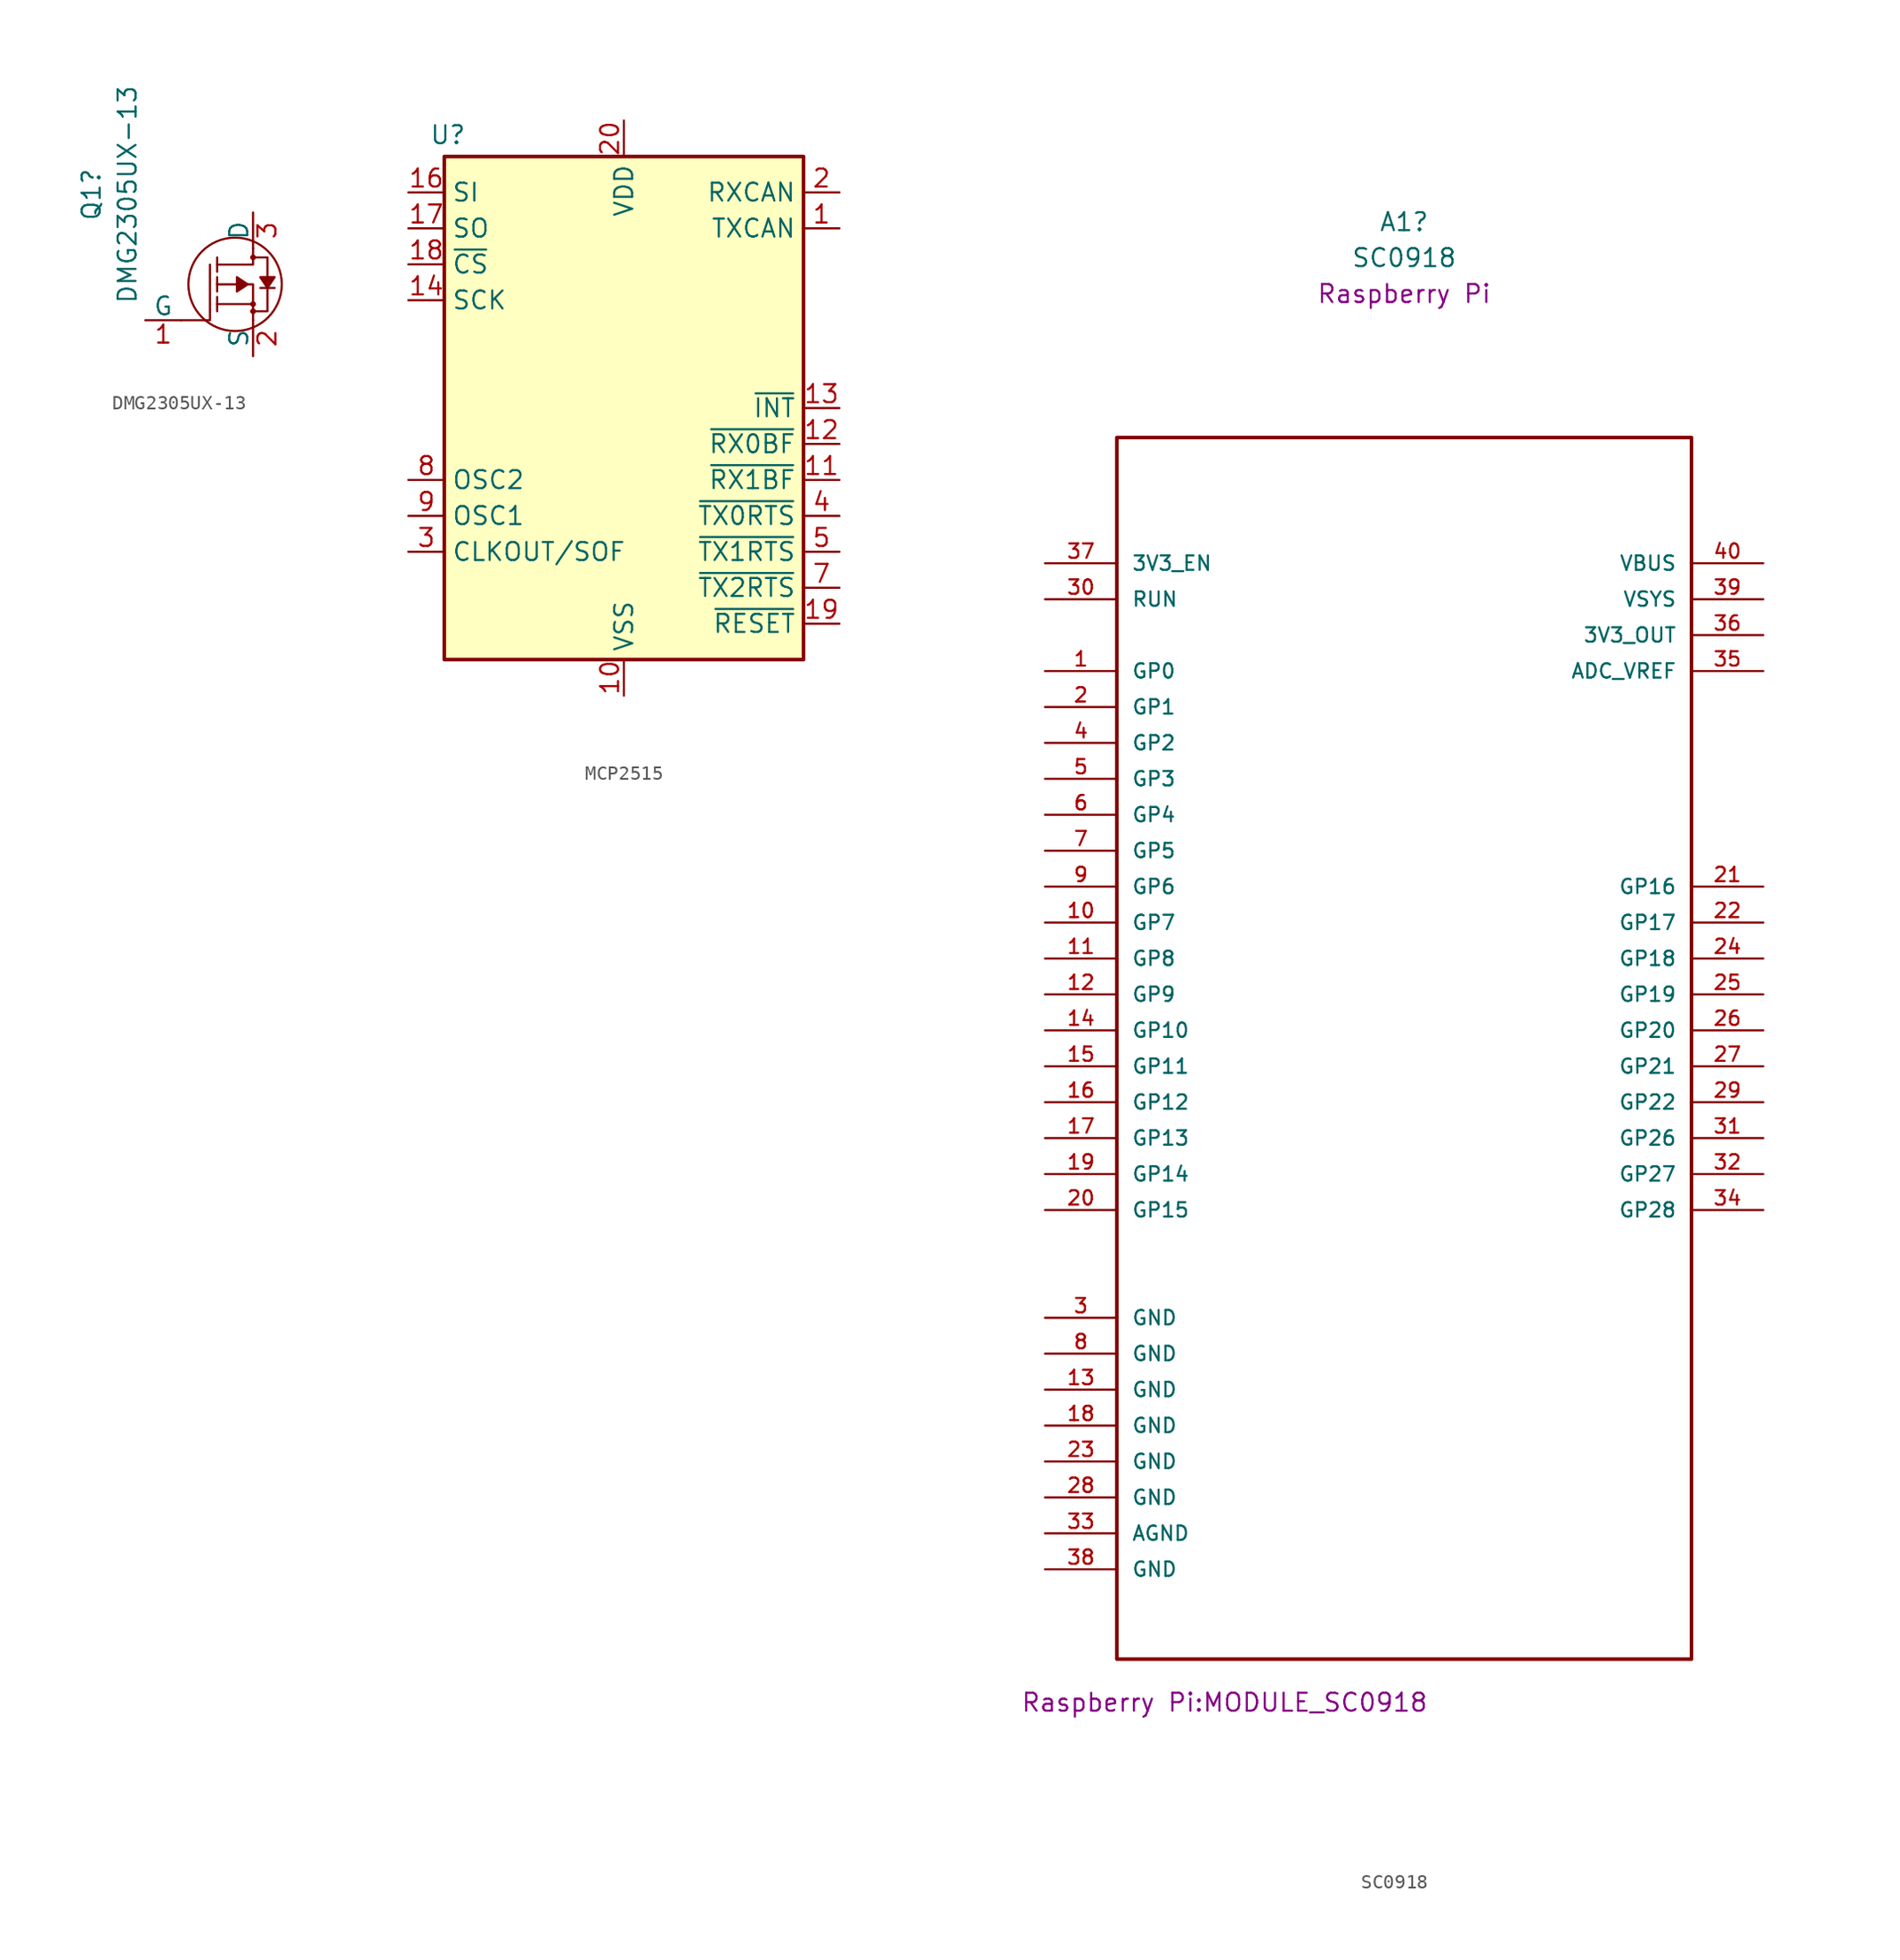
<source format=kicad_sym>
(kicad_symbol_lib
  (version 20231120)
  (generator "kicad_symbol_editor")
  (generator_version "8.0")
  (symbol "DMG2305UX-13"
    (pin_names
      (offset 0))
    (property "Reference" "Q1"
      (at -11.43 6.35 90)
      (effects (font (size 1.27 1.27))))
    (property "Value" "DMG2305UX-13"
      (at -8.89 6.35 90)
      (effects (font (size 1.27 1.27))))
    (symbol "DMG2305UX-13_0_1"
      (circle (center -1.27 0) (radius 3.302) (stroke (width 0) (type default)) (fill (type none)))
      (circle (center 0 -1.905) (radius 0.127) (stroke (width 0) (type default)) (fill (type none)))
      (circle (center 0 -1.397) (radius 0.127) (stroke (width 0) (type default)) (fill (type none)))
      (polyline (pts (xy 0 -1.397) (xy -2.54 -1.397)) (stroke (width 0) (type default)) (fill (type none)))
      (polyline (pts (xy -5.08 -2.54) (xy -3.048 -2.54) (xy -3.048 1.397)) (stroke (width 0) (type default)) (fill (type none)))
      (polyline (pts (xy 0 -2.54) (xy 0 0) (xy -2.54 0)) (stroke (width 0) (type default)) (fill (type none)))
      (polyline (pts (xy 0 2.54) (xy 0 1.397) (xy -2.54 1.397)) (stroke (width 0) (type default)) (fill (type none)))
      (polyline (pts (xy -0.127 -1.905) (xy 1.016 -1.905) (xy 1.016 1.397) (xy 1.016 1.905) (xy -0.127 1.905)) (stroke (width 0) (type default)) (fill (type none)))
      (circle (center 0 1.905) (radius 0.127) (stroke (width 0) (type default)) (fill (type none))))
    (symbol "DMG2305UX-13_1_1"
      (polyline (pts (xy -2.54 -1.397) (xy -2.54 -1.905)) (stroke (width 0) (type default)) (fill (type none)))
      (polyline (pts (xy -2.54 -1.397) (xy -2.54 -0.889)) (stroke (width 0) (type default)) (fill (type none)))
      (polyline (pts (xy -2.54 0) (xy -2.54 -0.508)) (stroke (width 0) (type default)) (fill (type none)))
      (polyline (pts (xy -2.54 0) (xy -2.54 0.508)) (stroke (width 0) (type default)) (fill (type none)))
      (polyline (pts (xy -2.54 1.905) (xy -2.54 0.889)) (stroke (width 0) (type default)) (fill (type none)))
      (polyline (pts (xy 1.524 -0.254) (xy 0.508 -0.254)) (stroke (width 0) (type default)) (fill (type none)))
      (polyline (pts (xy -0.381 0) (xy -1.143 0.508) (xy -1.143 -0.508) (xy -0.381 0)) (stroke (width 0) (type default)) (fill (type outline)))
      (polyline (pts (xy 1.016 -0.254) (xy 1.524 0.508) (xy 0.508 0.508) (xy 1.016 -0.254)) (stroke (width 0) (type default)) (fill (type outline)))
      (pin bidirectional line (at -7.62 -2.54 0) (length 2.54) (name "G" (effects (font (size 1.27 1.27)))) (number "1" (effects (font (size 1.27 1.27)))))
      (pin bidirectional line (at 0 -5.08 90) (length 2.54) (name "S" (effects (font (size 1.27 1.27)))) (number "2" (effects (font (size 1.27 1.27)))))
      (pin bidirectional line (at 0 5.08 270) (length 2.54) (name "D" (effects (font (size 1.27 1.27)))) (number "3" (effects (font (size 1.27 1.27)))))))
  (symbol "MCP2515"
    (property "Reference" "U"
      (at -12.446 20.574 0)
      (effects (font (size 1.27 1.27))))
    (property "Value" ""
      (at -1.27 -3.81 0)
      (effects (font (size 1.27 1.27))))
    (symbol "MCP2515_0_1"
      (rectangle (start -12.7 19.05) (end 12.7 -16.51) (stroke (width 0.254) (type default)) (fill (type background))))
    (symbol "MCP2515_1_1"
      (pin output line (at 15.24 13.97 180) (length 2.54) (name "TXCAN" (effects (font (size 1.27 1.27)))) (number "1" (effects (font (size 1.27 1.27)))))
      (pin power_in line (at 0 -19.05 90) (length 2.54) (name "VSS" (effects (font (size 1.27 1.27)))) (number "10" (effects (font (size 1.27 1.27)))))
      (pin output line (at 15.24 -3.81 180) (length 2.54) (name "~{RX1BF}" (effects (font (size 1.27 1.27)))) (number "11" (effects (font (size 1.27 1.27)))))
      (pin output line (at 15.24 -1.27 180) (length 2.54) (name "~{RX0BF}" (effects (font (size 1.27 1.27)))) (number "12" (effects (font (size 1.27 1.27)))))
      (pin output line (at 15.24 1.27 180) (length 2.54) (name "~{INT}" (effects (font (size 1.27 1.27)))) (number "13" (effects (font (size 1.27 1.27)))))
      (pin input line (at -15.24 8.89 0) (length 2.54) (name "SCK" (effects (font (size 1.27 1.27)))) (number "14" (effects (font (size 1.27 1.27)))))
      (pin no_connect line (at -12.7 -1.27 0) (length 2.54) hide (name "NC" (effects (font (size 1.27 1.27)))) (number "15" (effects (font (size 1.27 1.27)))))
      (pin input line (at -15.24 16.51 0) (length 2.54) (name "SI" (effects (font (size 1.27 1.27)))) (number "16" (effects (font (size 1.27 1.27)))))
      (pin output line (at -15.24 13.97 0) (length 2.54) (name "SO" (effects (font (size 1.27 1.27)))) (number "17" (effects (font (size 1.27 1.27)))))
      (pin input line (at -15.24 11.43 0) (length 2.54) (name "~{CS}" (effects (font (size 1.27 1.27)))) (number "18" (effects (font (size 1.27 1.27)))))
      (pin input line (at 15.24 -13.97 180) (length 2.54) (name "~{RESET}" (effects (font (size 1.27 1.27)))) (number "19" (effects (font (size 1.27 1.27)))))
      (pin input line (at 15.24 16.51 180) (length 2.54) (name "RXCAN" (effects (font (size 1.27 1.27)))) (number "2" (effects (font (size 1.27 1.27)))))
      (pin power_in line (at 0 21.59 270) (length 2.54) (name "VDD" (effects (font (size 1.27 1.27)))) (number "20" (effects (font (size 1.27 1.27)))))
      (pin output line (at -15.24 -8.89 0) (length 2.54) (name "CLKOUT/SOF" (effects (font (size 1.27 1.27)))) (number "3" (effects (font (size 1.27 1.27)))))
      (pin input line (at 15.24 -6.35 180) (length 2.54) (name "~{TX0RTS}" (effects (font (size 1.27 1.27)))) (number "4" (effects (font (size 1.27 1.27)))))
      (pin input line (at 15.24 -8.89 180) (length 2.54) (name "~{TX1RTS}" (effects (font (size 1.27 1.27)))) (number "5" (effects (font (size 1.27 1.27)))))
      (pin no_connect line (at -12.7 1.27 0) (length 2.54) hide (name "NC" (effects (font (size 1.27 1.27)))) (number "6" (effects (font (size 1.27 1.27)))))
      (pin input line (at 15.24 -11.43 180) (length 2.54) (name "~{TX2RTS}" (effects (font (size 1.27 1.27)))) (number "7" (effects (font (size 1.27 1.27)))))
      (pin output line (at -15.24 -3.81 0) (length 2.54) (name "OSC2" (effects (font (size 1.27 1.27)))) (number "8" (effects (font (size 1.27 1.27)))))
      (pin input line (at -15.24 -6.35 0) (length 2.54) (name "OSC1" (effects (font (size 1.27 1.27)))) (number "9" (effects (font (size 1.27 1.27)))))))
  (symbol "SC0918"
    (pin_names
      (offset 1.016))
    (property "Reference" "A1"
      (at 0 58.42 0)
      (effects (font (size 1.27 1.27))))
    (property "Value" "SC0918"
      (at 0 55.88 0)
      (effects (font (size 1.27 1.27))))
    (property "Footprint" "Raspberry Pi:MODULE_SC0918"
      (at -12.7 -46.99 0)
      (effects (font (size 1.27 1.27)) (justify bottom)))
    (property "manufacturer" "Raspberry Pi"
      (at 0 53.34 0)
      (effects (font (size 1.27 1.27))))
    (symbol "SC0918_0_0"
      (rectangle (start -20.32 -43.18) (end 20.32 43.18) (stroke (width 0.254) (type default)) (fill (type none)))
      (pin bidirectional line (at -25.4 26.67 0) (length 5.08) (name "GP0" (effects (font (size 1.016 1.016)))) (number "1" (effects (font (size 1.016 1.016)))))
      (pin bidirectional line (at -25.4 8.89 0) (length 5.08) (name "GP7" (effects (font (size 1.016 1.016)))) (number "10" (effects (font (size 1.016 1.016)))))
      (pin bidirectional line (at -25.4 6.35 0) (length 5.08) (name "GP8" (effects (font (size 1.016 1.016)))) (number "11" (effects (font (size 1.016 1.016)))))
      (pin bidirectional line (at -25.4 3.81 0) (length 5.08) (name "GP9" (effects (font (size 1.016 1.016)))) (number "12" (effects (font (size 1.016 1.016)))))
      (pin power_in line (at -25.4 -24.13 0) (length 5.08) (name "GND" (effects (font (size 1.016 1.016)))) (number "13" (effects (font (size 1.016 1.016)))))
      (pin bidirectional line (at -25.4 1.27 0) (length 5.08) (name "GP10" (effects (font (size 1.016 1.016)))) (number "14" (effects (font (size 1.016 1.016)))))
      (pin bidirectional line (at -25.4 -1.27 0) (length 5.08) (name "GP11" (effects (font (size 1.016 1.016)))) (number "15" (effects (font (size 1.016 1.016)))))
      (pin bidirectional line (at -25.4 -3.81 0) (length 5.08) (name "GP12" (effects (font (size 1.016 1.016)))) (number "16" (effects (font (size 1.016 1.016)))))
      (pin bidirectional line (at -25.4 -6.35 0) (length 5.08) (name "GP13" (effects (font (size 1.016 1.016)))) (number "17" (effects (font (size 1.016 1.016)))))
      (pin power_in line (at -25.4 -26.67 0) (length 5.08) (name "GND" (effects (font (size 1.016 1.016)))) (number "18" (effects (font (size 1.016 1.016)))))
      (pin bidirectional line (at -25.4 -8.89 0) (length 5.08) (name "GP14" (effects (font (size 1.016 1.016)))) (number "19" (effects (font (size 1.016 1.016)))))
      (pin bidirectional line (at -25.4 24.13 0) (length 5.08) (name "GP1" (effects (font (size 1.016 1.016)))) (number "2" (effects (font (size 1.016 1.016)))))
      (pin bidirectional line (at -25.4 -11.43 0) (length 5.08) (name "GP15" (effects (font (size 1.016 1.016)))) (number "20" (effects (font (size 1.016 1.016)))))
      (pin bidirectional line (at 25.4 11.43 180) (length 5.08) (name "GP16" (effects (font (size 1.016 1.016)))) (number "21" (effects (font (size 1.016 1.016)))))
      (pin bidirectional line (at 25.4 8.89 180) (length 5.08) (name "GP17" (effects (font (size 1.016 1.016)))) (number "22" (effects (font (size 1.016 1.016)))))
      (pin power_in line (at -25.4 -29.21 0) (length 5.08) (name "GND" (effects (font (size 1.016 1.016)))) (number "23" (effects (font (size 1.016 1.016)))))
      (pin bidirectional line (at 25.4 6.35 180) (length 5.08) (name "GP18" (effects (font (size 1.016 1.016)))) (number "24" (effects (font (size 1.016 1.016)))))
      (pin bidirectional line (at 25.4 3.81 180) (length 5.08) (name "GP19" (effects (font (size 1.016 1.016)))) (number "25" (effects (font (size 1.016 1.016)))))
      (pin bidirectional line (at 25.4 1.27 180) (length 5.08) (name "GP20" (effects (font (size 1.016 1.016)))) (number "26" (effects (font (size 1.016 1.016)))))
      (pin bidirectional line (at 25.4 -1.27 180) (length 5.08) (name "GP21" (effects (font (size 1.016 1.016)))) (number "27" (effects (font (size 1.016 1.016)))))
      (pin power_in line (at -25.4 -31.75 0) (length 5.08) (name "GND" (effects (font (size 1.016 1.016)))) (number "28" (effects (font (size 1.016 1.016)))))
      (pin bidirectional line (at 25.4 -3.81 180) (length 5.08) (name "GP22" (effects (font (size 1.016 1.016)))) (number "29" (effects (font (size 1.016 1.016)))))
      (pin power_in line (at -25.4 -19.05 0) (length 5.08) (name "GND" (effects (font (size 1.016 1.016)))) (number "3" (effects (font (size 1.016 1.016)))))
      (pin input line (at -25.4 31.75 0) (length 5.08) (name "RUN" (effects (font (size 1.016 1.016)))) (number "30" (effects (font (size 1.016 1.016)))))
      (pin bidirectional line (at 25.4 -6.35 180) (length 5.08) (name "GP26" (effects (font (size 1.016 1.016)))) (number "31" (effects (font (size 1.016 1.016)))))
      (pin bidirectional line (at 25.4 -8.89 180) (length 5.08) (name "GP27" (effects (font (size 1.016 1.016)))) (number "32" (effects (font (size 1.016 1.016)))))
      (pin power_in line (at -25.4 -34.29 0) (length 5.08) (name "AGND" (effects (font (size 1.016 1.016)))) (number "33" (effects (font (size 1.016 1.016)))))
      (pin bidirectional line (at 25.4 -11.43 180) (length 5.08) (name "GP28" (effects (font (size 1.016 1.016)))) (number "34" (effects (font (size 1.016 1.016)))))
      (pin power_in line (at 25.4 26.67 180) (length 5.08) (name "ADC_VREF" (effects (font (size 1.016 1.016)))) (number "35" (effects (font (size 1.016 1.016)))))
      (pin power_in line (at 25.4 29.21 180) (length 5.08) (name "3V3_OUT" (effects (font (size 1.016 1.016)))) (number "36" (effects (font (size 1.016 1.016)))))
      (pin input line (at -25.4 34.29 0) (length 5.08) (name "3V3_EN" (effects (font (size 1.016 1.016)))) (number "37" (effects (font (size 1.016 1.016)))))
      (pin power_in line (at -25.4 -36.83 0) (length 5.08) (name "GND" (effects (font (size 1.016 1.016)))) (number "38" (effects (font (size 1.016 1.016)))))
      (pin free line (at 25.4 31.75 180) (length 5.08) (name "VSYS" (effects (font (size 1.016 1.016)))) (number "39" (effects (font (size 1.016 1.016)))))
      (pin bidirectional line (at -25.4 21.59 0) (length 5.08) (name "GP2" (effects (font (size 1.016 1.016)))) (number "4" (effects (font (size 1.016 1.016)))))
      (pin free line (at 25.4 34.29 180) (length 5.08) (name "VBUS" (effects (font (size 1.016 1.016)))) (number "40" (effects (font (size 1.016 1.016)))))
      (pin bidirectional line (at -25.4 19.05 0) (length 5.08) (name "GP3" (effects (font (size 1.016 1.016)))) (number "5" (effects (font (size 1.016 1.016)))))
      (pin bidirectional line (at -25.4 16.51 0) (length 5.08) (name "GP4" (effects (font (size 1.016 1.016)))) (number "6" (effects (font (size 1.016 1.016)))))
      (pin bidirectional line (at -25.4 13.97 0) (length 5.08) (name "GP5" (effects (font (size 1.016 1.016)))) (number "7" (effects (font (size 1.016 1.016)))))
      (pin power_in line (at -25.4 -21.59 0) (length 5.08) (name "GND" (effects (font (size 1.016 1.016)))) (number "8" (effects (font (size 1.016 1.016)))))
      (pin bidirectional line (at -25.4 11.43 0) (length 5.08) (name "GP6" (effects (font (size 1.016 1.016)))) (number "9" (effects (font (size 1.016 1.016))))))))
</source>
